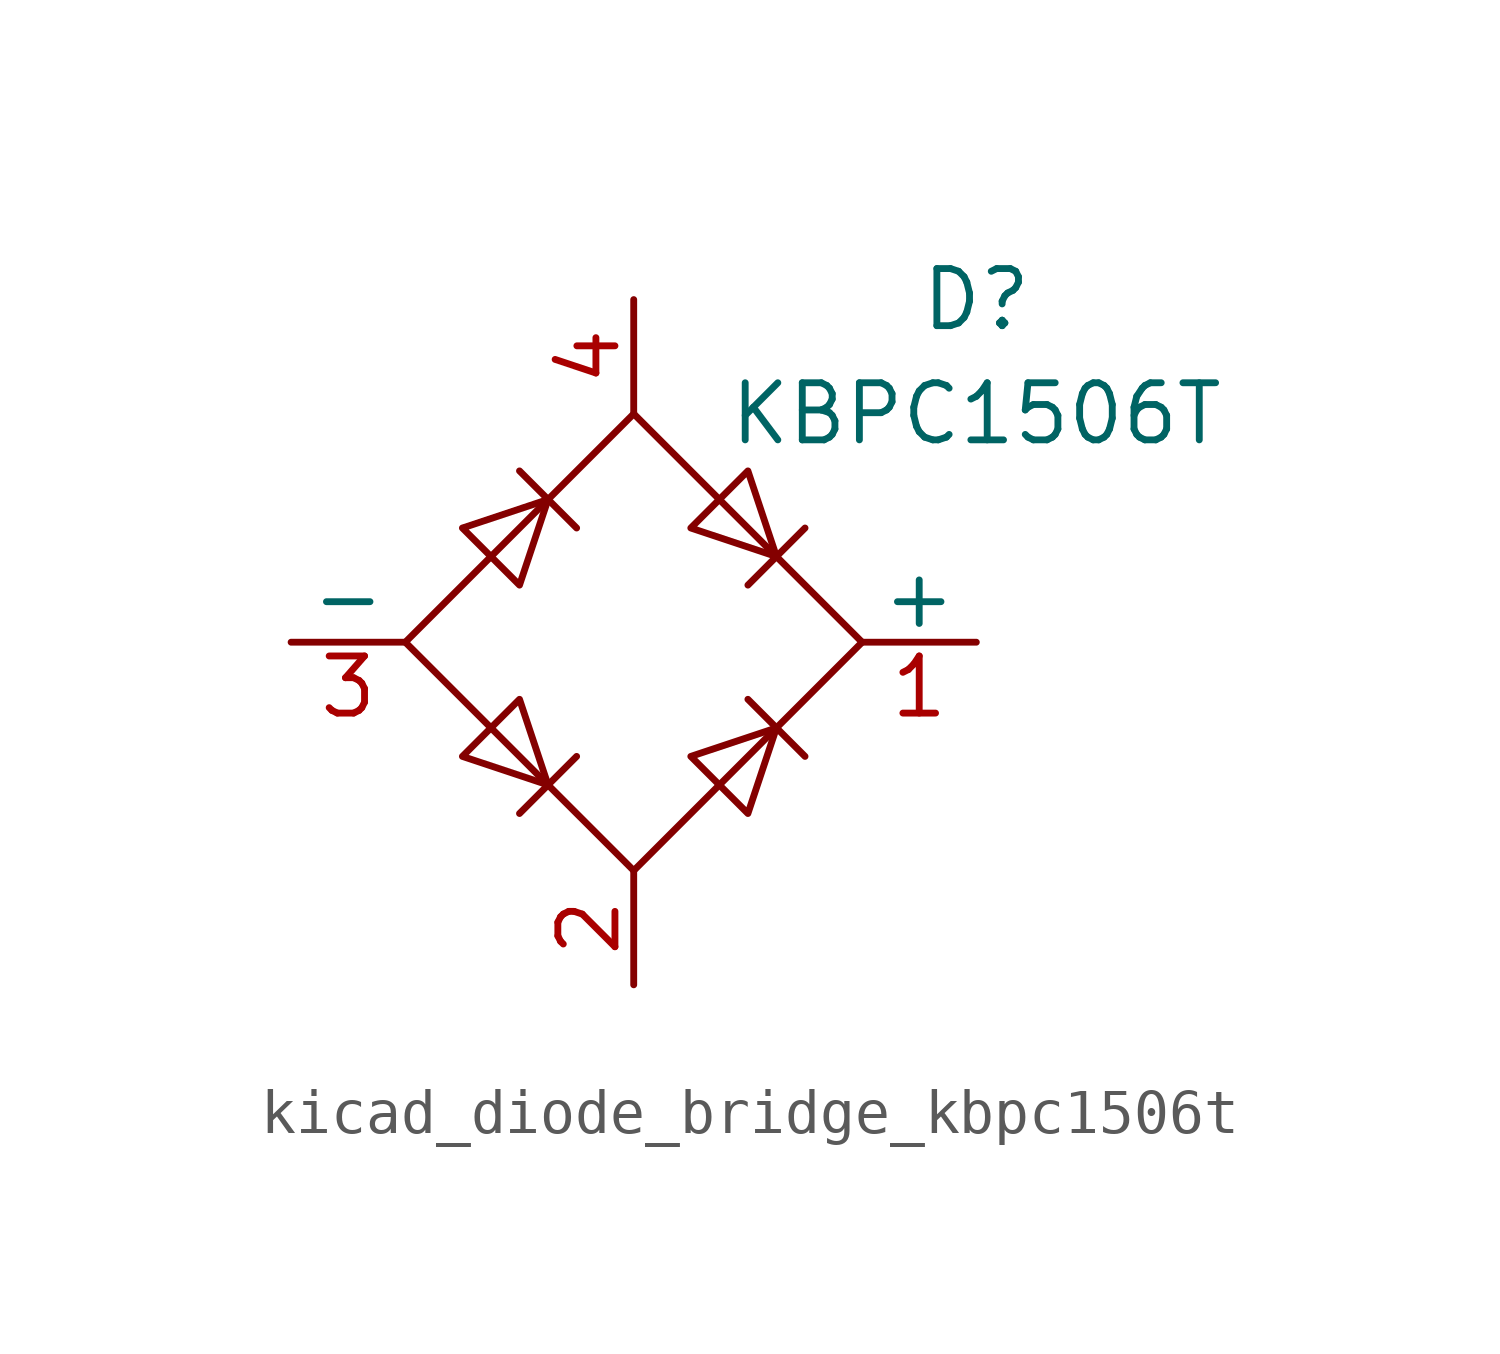
<source format=kicad_sym>
(kicad_symbol_lib
  (version 20220914)
  (generator kicad_symbol_editor)
  (symbol "kicad_diode_bridge_kbpc1506t"
    (pin_names
      (offset 0))
    (property "Reference" "D"
      (at 7.62 7.62 0)
      (effects (font (size 1.27 1.27))))
    (property "Value" "KBPC1506T"
      (at 7.62 5.08 0)
      (effects (font (size 1.27 1.27))))
    (symbol "kicad_diode_bridge_kbpc1506t_0_1"
      (polyline (pts (xy -2.54 3.81) (xy -1.27 2.54)) (stroke (width 0) (type default)) (fill (type none)))
      (polyline (pts (xy -1.27 -2.54) (xy -2.54 -3.81)) (stroke (width 0) (type default)) (fill (type none)))
      (polyline (pts (xy 2.54 -1.27) (xy 3.81 -2.54)) (stroke (width 0) (type default)) (fill (type none)))
      (polyline (pts (xy 2.54 1.27) (xy 3.81 2.54)) (stroke (width 0) (type default)) (fill (type none)))
      (polyline (pts (xy -3.81 2.54) (xy -2.54 1.27) (xy -1.905 3.175) (xy -3.81 2.54)) (stroke (width 0) (type default)) (fill (type none)))
      (polyline (pts (xy -2.54 -1.27) (xy -3.81 -2.54) (xy -1.905 -3.175) (xy -2.54 -1.27)) (stroke (width 0) (type default)) (fill (type none)))
      (polyline (pts (xy 1.27 2.54) (xy 2.54 3.81) (xy 3.175 1.905) (xy 1.27 2.54)) (stroke (width 0) (type default)) (fill (type none)))
      (polyline (pts (xy 3.175 -1.905) (xy 1.27 -2.54) (xy 2.54 -3.81) (xy 3.175 -1.905)) (stroke (width 0) (type default)) (fill (type none)))
      (polyline (pts (xy -5.08 0) (xy 0 -5.08) (xy 5.08 0) (xy 0 5.08) (xy -5.08 0)) (stroke (width 0) (type default)) (fill (type none))))
    (symbol "kicad_diode_bridge_kbpc1506t_1_1"
      (pin passive line (at 7.62 0 180) (length 2.54) (name "+" (effects (font (size 1.27 1.27)))) (number "1" (effects (font (size 1.27 1.27)))))
      (pin passive line (at 0 -7.62 90) (length 2.54) (name "~" (effects (font (size 1.27 1.27)))) (number "2" (effects (font (size 1.27 1.27)))))
      (pin passive line (at -7.62 0 0) (length 2.54) (name "-" (effects (font (size 1.27 1.27)))) (number "3" (effects (font (size 1.27 1.27)))))
      (pin passive line (at 0 7.62 270) (length 2.54) (name "~" (effects (font (size 1.27 1.27)))) (number "4" (effects (font (size 1.27 1.27))))))))
</source>
